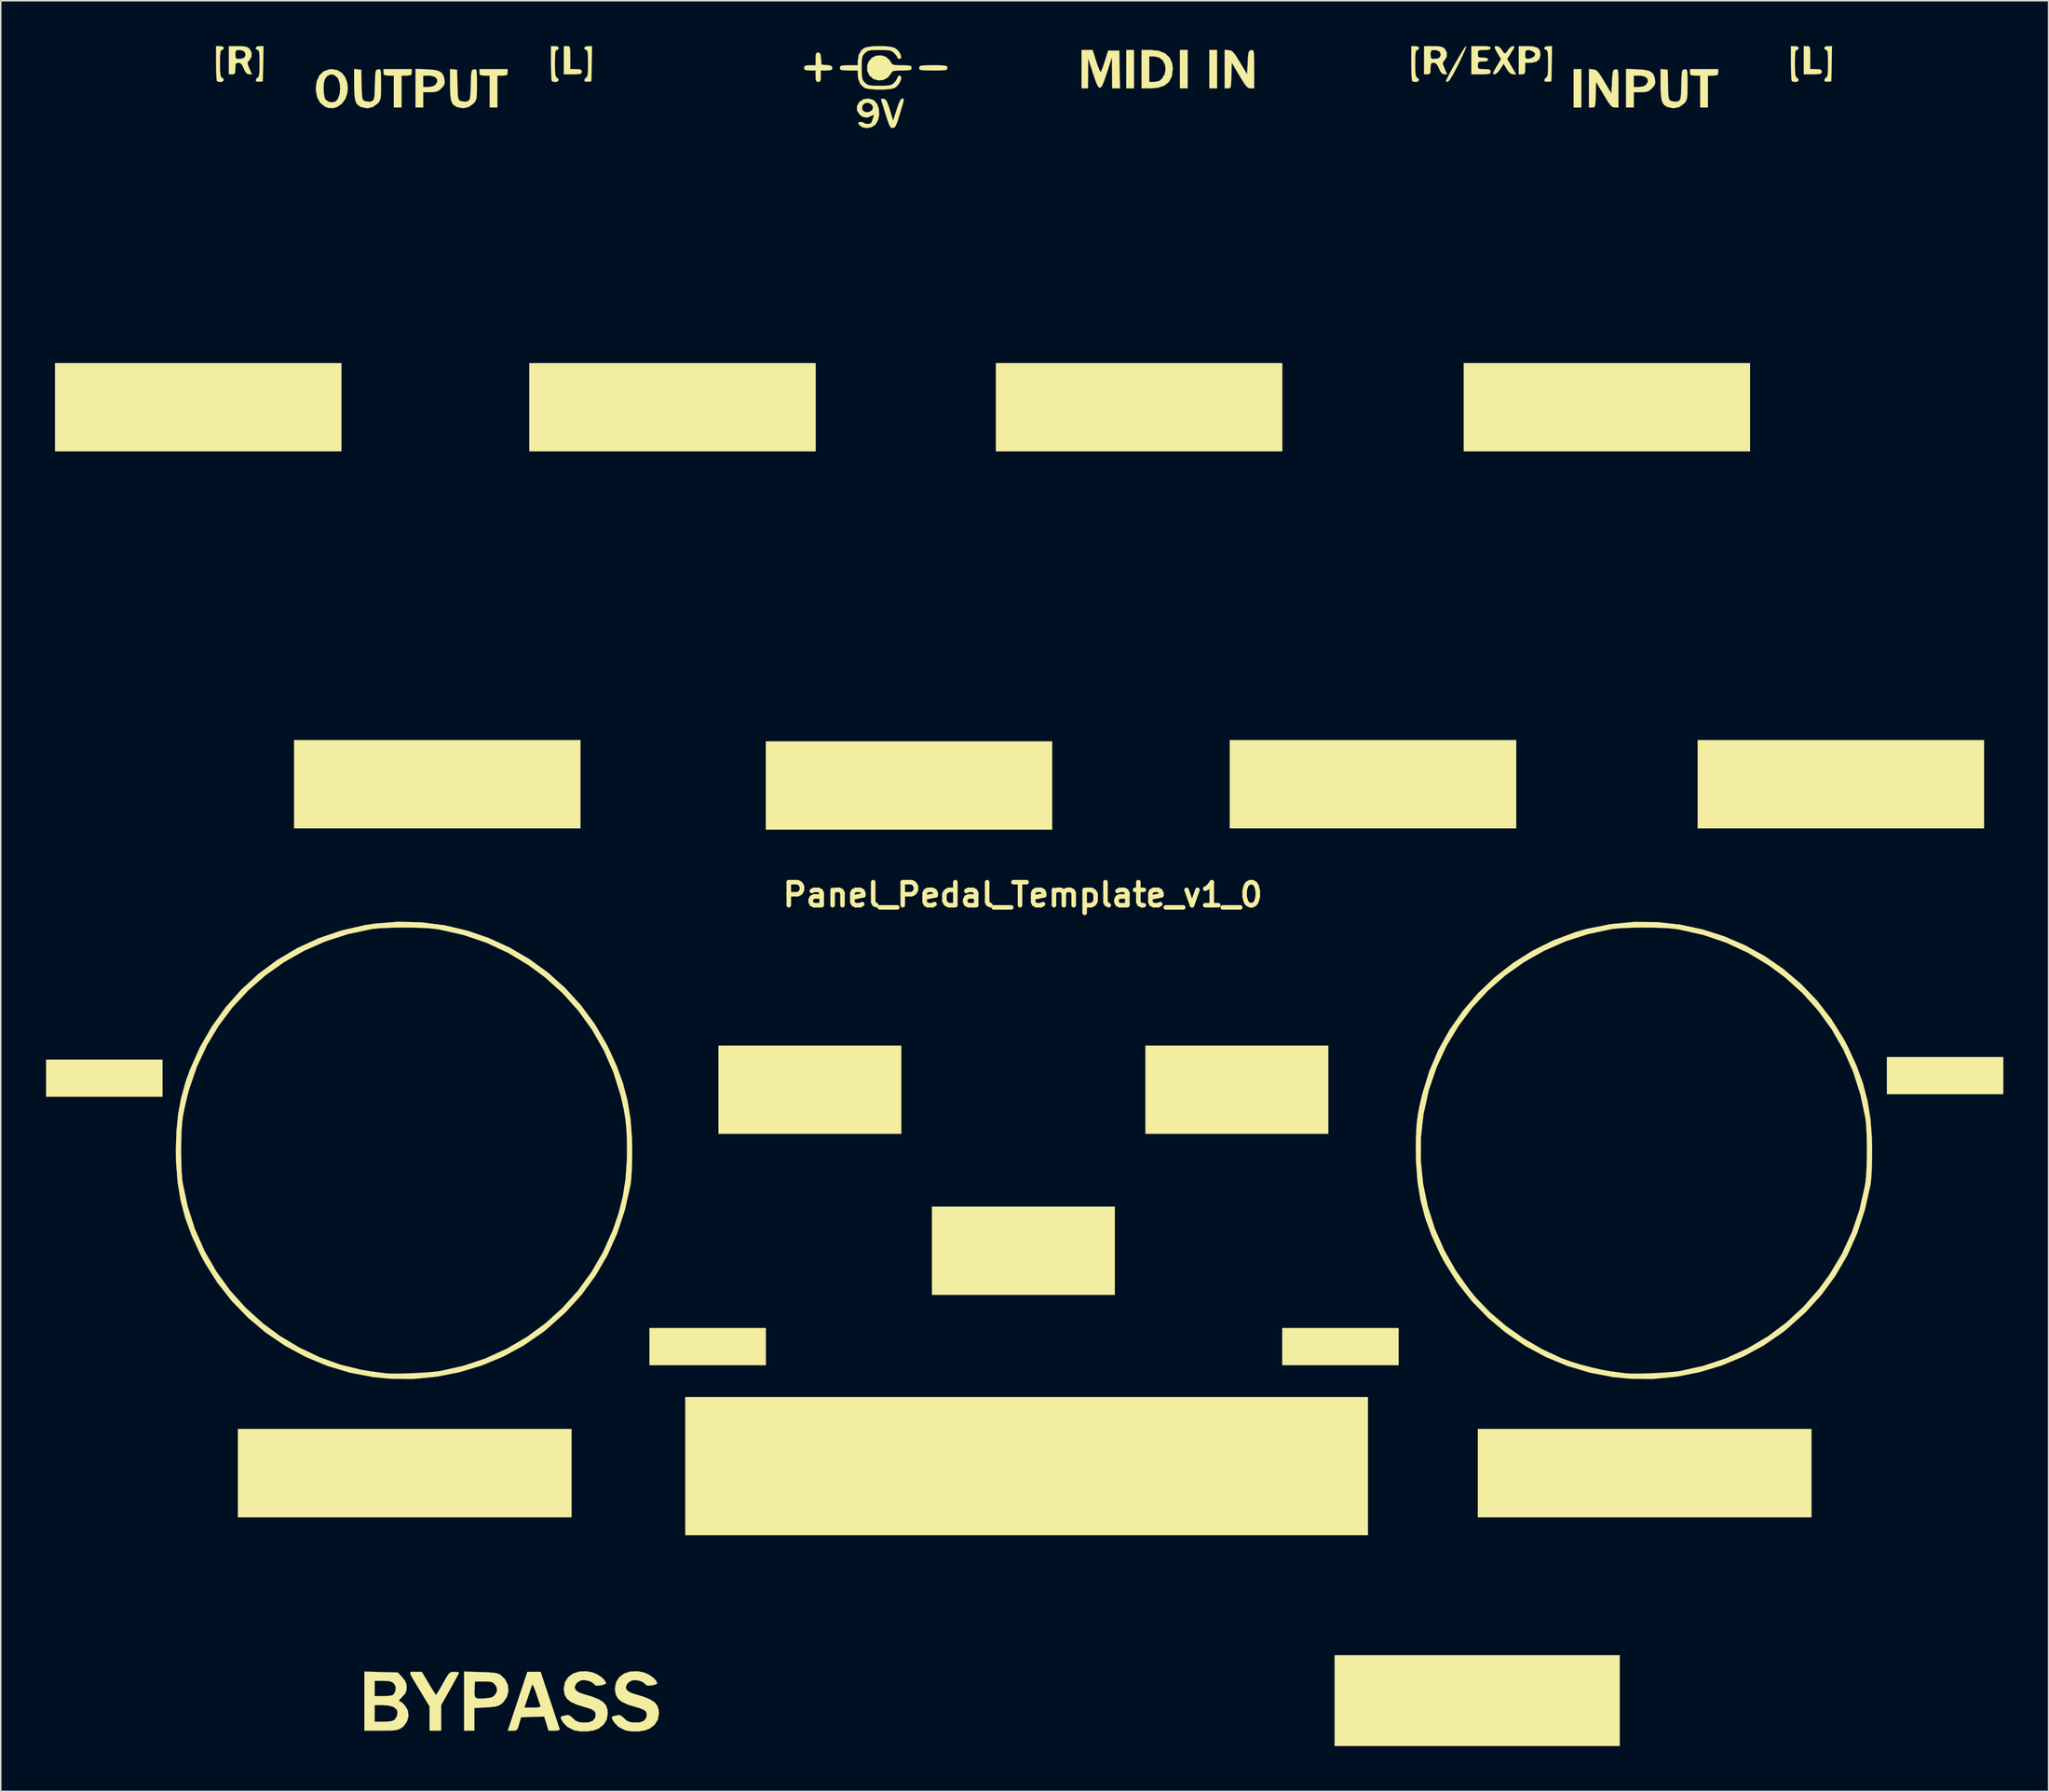
<source format=kicad_pcb>
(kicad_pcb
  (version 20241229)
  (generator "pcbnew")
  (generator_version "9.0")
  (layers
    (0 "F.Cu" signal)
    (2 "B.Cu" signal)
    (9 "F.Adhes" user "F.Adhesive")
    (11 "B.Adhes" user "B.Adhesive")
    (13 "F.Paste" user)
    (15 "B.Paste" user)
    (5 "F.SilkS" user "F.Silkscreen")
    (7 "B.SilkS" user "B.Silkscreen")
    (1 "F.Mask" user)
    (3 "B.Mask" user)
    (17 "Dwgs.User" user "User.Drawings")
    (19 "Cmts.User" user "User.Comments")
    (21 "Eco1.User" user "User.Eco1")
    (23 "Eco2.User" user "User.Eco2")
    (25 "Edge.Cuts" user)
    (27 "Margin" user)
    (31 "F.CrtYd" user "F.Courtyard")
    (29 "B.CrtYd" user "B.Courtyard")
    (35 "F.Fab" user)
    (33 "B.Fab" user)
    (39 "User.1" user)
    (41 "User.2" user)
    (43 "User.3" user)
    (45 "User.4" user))
  (footprint "Panel_Pedal_Template_v1_0"
    (layer "F.Cu")
    (at 64.69 56.226)
    (property "Reference" "Panel_Pedal_Template_v1_0" (at 0 0 0) (layer "F.SilkS") (effects (font (size 1.524 1.524) (thickness 0.3))))
    (attr through_hole)
    (fp_poly (pts (xy -56.981 13.377) (xy -64.685 13.377) (xy -64.685 10.922) (xy -56.981 10.922) (xy -56.981 13.377)) (stroke (width 0.01) (type solid)) (fill yes) (layer "F.SilkS"))
    (fp_poly (pts (xy -45.127 -29.379) (xy -64.093 -29.379) (xy -64.093 -35.221) (xy -45.127 -35.221) (xy -45.127 -29.379)) (stroke (width 0.01) (type solid)) (fill yes) (layer "F.SilkS"))
    (fp_poly (pts (xy -29.887 41.233) (xy -51.985 41.233) (xy -51.985 35.391) (xy -29.887 35.391) (xy -29.887 41.233)) (stroke (width 0.01) (type solid)) (fill yes) (layer "F.SilkS"))
    (fp_poly (pts (xy -29.295 -4.403) (xy -48.26 -4.403) (xy -48.26 -10.245) (xy -29.295 -10.245) (xy -29.295 -4.403)) (stroke (width 0.01) (type solid)) (fill yes) (layer "F.SilkS"))
    (fp_poly (pts (xy -17.018 31.157) (xy -24.723 31.157) (xy -24.723 28.702) (xy -17.018 28.702) (xy -17.018 31.157)) (stroke (width 0.01) (type solid)) (fill yes) (layer "F.SilkS"))
    (fp_poly (pts (xy -13.716 -29.379) (xy -32.681 -29.379) (xy -32.681 -35.221) (xy -13.716 -35.221) (xy -13.716 -29.379)) (stroke (width 0.01) (type solid)) (fill yes) (layer "F.SilkS"))
    (fp_poly (pts (xy -8.043 15.833) (xy -20.151 15.833) (xy -20.151 9.991) (xy -8.043 9.991) (xy -8.043 15.833)) (stroke (width 0.01) (type solid)) (fill yes) (layer "F.SilkS"))
    (fp_poly (pts (xy 1.947 -4.318) (xy -17.018 -4.318) (xy -17.018 -10.16) (xy 1.947 -10.16) (xy 1.947 -4.318)) (stroke (width 0.01) (type solid)) (fill yes) (layer "F.SilkS"))
    (fp_poly (pts (xy 6.096 26.501) (xy -6.011 26.501) (xy -6.011 20.659) (xy 6.096 20.659) (xy 6.096 26.501)) (stroke (width 0.01) (type solid)) (fill yes) (layer "F.SilkS"))
    (fp_poly (pts (xy 7.366 -53.425) (xy 6.858 -53.425) (xy 6.858 -55.965) (xy 7.366 -55.965) (xy 7.366 -53.425)) (stroke (width 0.01) (type solid)) (fill yes) (layer "F.SilkS"))
    (fp_poly (pts (xy 10.922 -53.425) (xy 10.414 -53.425) (xy 10.414 -55.965) (xy 10.922 -55.965) (xy 10.922 -53.425)) (stroke (width 0.01) (type solid)) (fill yes) (layer "F.SilkS"))
    (fp_poly (pts (xy 12.869 -53.425) (xy 12.361 -53.425) (xy 12.361 -55.965) (xy 12.869 -55.965) (xy 12.869 -53.425)) (stroke (width 0.01) (type solid)) (fill yes) (layer "F.SilkS"))
    (fp_poly (pts (xy 17.187 -29.379) (xy -1.778 -29.379) (xy -1.778 -35.221) (xy 17.187 -35.221) (xy 17.187 -29.379)) (stroke (width 0.01) (type solid)) (fill yes) (layer "F.SilkS"))
    (fp_poly (pts (xy 20.235 15.833) (xy 8.128 15.833) (xy 8.128 9.991) (xy 20.235 9.991) (xy 20.235 15.833)) (stroke (width 0.01) (type solid)) (fill yes) (layer "F.SilkS"))
    (fp_poly (pts (xy 22.86 42.418) (xy -22.352 42.418) (xy -22.352 33.274) (xy 22.86 33.274) (xy 22.86 42.418)) (stroke (width 0.01) (type solid)) (fill yes) (layer "F.SilkS"))
    (fp_poly (pts (xy 24.892 31.157) (xy 17.187 31.157) (xy 17.187 28.702) (xy 24.892 28.702) (xy 24.892 31.157)) (stroke (width 0.01) (type solid)) (fill yes) (layer "F.SilkS"))
    (fp_poly (pts (xy 32.681 -4.403) (xy 13.716 -4.403) (xy 13.716 -10.245) (xy 32.681 -10.245) (xy 32.681 -4.403)) (stroke (width 0.01) (type solid)) (fill yes) (layer "F.SilkS"))
    (fp_poly (pts (xy 36.999 -52.155) (xy 36.491 -52.155) (xy 36.491 -54.695) (xy 36.999 -54.695) (xy 36.999 -52.155)) (stroke (width 0.01) (type solid)) (fill yes) (layer "F.SilkS"))
    (fp_poly (pts (xy 39.539 56.388) (xy 20.659 56.388) (xy 20.659 50.377) (xy 39.539 50.377) (xy 39.539 56.388)) (stroke (width 0.01) (type solid)) (fill yes) (layer "F.SilkS"))
    (fp_poly (pts (xy 48.175 -29.379) (xy 29.21 -29.379) (xy 29.21 -35.221) (xy 48.175 -35.221) (xy 48.175 -29.379)) (stroke (width 0.01) (type solid)) (fill yes) (layer "F.SilkS"))
    (fp_poly (pts (xy 52.239 41.233) (xy 30.141 41.233) (xy 30.141 35.391) (xy 52.239 35.391) (xy 52.239 41.233)) (stroke (width 0.01) (type solid)) (fill yes) (layer "F.SilkS"))
    (fp_poly (pts (xy 63.669 -4.403) (xy 44.704 -4.403) (xy 44.704 -10.245) (xy 63.669 -10.245) (xy 63.669 -4.403)) (stroke (width 0.01) (type solid)) (fill yes) (layer "F.SilkS"))
    (fp_poly (pts (xy 64.939 13.208) (xy 57.235 13.208) (xy 57.235 10.753) (xy 64.939 10.753) (xy 64.939 13.208)) (stroke (width 0.01) (type solid)) (fill yes) (layer "F.SilkS"))
    (fp_poly (pts (xy -40.471 -54.483) (xy -40.489 -54.347) (xy -40.576 -54.286) (xy -40.78 -54.271) (xy -40.809 -54.271) (xy -41.148 -54.271) (xy -41.148 -52.155) (xy -41.656 -52.155) (xy -41.656 -54.271) (xy -41.995 -54.271) (xy -42.213 -54.283) (xy -42.31 -54.337) (xy -42.333 -54.465) (xy -42.333 -54.483) (xy -42.333 -54.695) (xy -40.471 -54.695) (xy -40.471 -54.483)) (stroke (width 0.01) (type solid)) (fill yes) (layer "F.SilkS"))
    (fp_poly (pts (xy -34.121 -54.483) (xy -34.139 -54.347) (xy -34.226 -54.286) (xy -34.43 -54.271) (xy -34.459 -54.271) (xy -34.798 -54.271) (xy -34.798 -52.155) (xy -35.306 -52.155) (xy -35.306 -54.271) (xy -35.645 -54.271) (xy -35.863 -54.283) (xy -35.96 -54.337) (xy -35.983 -54.465) (xy -35.983 -54.483) (xy -35.983 -54.695) (xy -34.121 -54.695) (xy -34.121 -54.483)) (stroke (width 0.01) (type solid)) (fill yes) (layer "F.SilkS"))
    (fp_poly (pts (xy 46.059 -54.483) (xy 46.04 -54.347) (xy 45.953 -54.286) (xy 45.749 -54.271) (xy 45.72 -54.271) (xy 45.381 -54.271) (xy 45.381 -52.155) (xy 44.873 -52.155) (xy 44.873 -54.271) (xy 44.535 -54.271) (xy 44.316 -54.283) (xy 44.219 -54.337) (xy 44.196 -54.465) (xy 44.196 -54.483) (xy 44.196 -54.695) (xy 46.059 -54.695) (xy 46.059 -54.483)) (stroke (width 0.01) (type solid)) (fill yes) (layer "F.SilkS"))
    (fp_poly (pts (xy -30.083 -56.213) (xy -30.021 -56.173) (xy -29.988 -56.066) (xy -29.975 -55.861) (xy -29.972 -55.524) (xy -29.972 -55.457) (xy -29.972 -54.695) (xy -29.591 -54.695) (xy -29.353 -54.684) (xy -29.24 -54.638) (xy -29.21 -54.537) (xy -29.21 -54.525) (xy -29.226 -54.436) (xy -29.298 -54.385) (xy -29.463 -54.362) (xy -29.755 -54.356) (xy -29.803 -54.356) (xy -30.395 -54.356) (xy -30.395 -56.219) (xy -30.184 -56.219) (xy -30.083 -56.213)) (stroke (width 0.01) (type solid)) (fill yes) (layer "F.SilkS"))
    (fp_poly (pts (xy 52.043 -56.213) (xy 52.105 -56.173) (xy 52.139 -56.066) (xy 52.152 -55.861) (xy 52.155 -55.524) (xy 52.155 -55.457) (xy 52.155 -54.695) (xy 52.536 -54.695) (xy 52.774 -54.684) (xy 52.886 -54.638) (xy 52.917 -54.537) (xy 52.917 -54.525) (xy 52.901 -54.436) (xy 52.829 -54.385) (xy 52.664 -54.362) (xy 52.371 -54.356) (xy 52.324 -54.356) (xy 51.731 -54.356) (xy 51.731 -56.219) (xy 51.943 -56.219) (xy 52.043 -56.213)) (stroke (width 0.01) (type solid)) (fill yes) (layer "F.SilkS"))
    (fp_poly (pts (xy -50.334 -53.89) (xy -50.567 -53.864) (xy -50.751 -53.876) (xy -50.8 -53.96) (xy -50.732 -54.096) (xy -50.673 -54.133) (xy -50.614 -54.188) (xy -50.576 -54.319) (xy -50.555 -54.554) (xy -50.546 -54.92) (xy -50.546 -55.073) (xy -50.55 -55.48) (xy -50.564 -55.744) (xy -50.593 -55.895) (xy -50.639 -55.957) (xy -50.673 -55.965) (xy -50.785 -56.032) (xy -50.8 -56.092) (xy -50.725 -56.192) (xy -50.544 -56.219) (xy -50.287 -56.219) (xy -50.334 -53.89)) (stroke (width 0.01) (type solid)) (fill yes) (layer "F.SilkS"))
    (fp_poly (pts (xy 29.36 -56.149) (xy 29.29 -55.962) (xy 29.17 -55.687) (xy 29.015 -55.356) (xy 28.84 -54.999) (xy 28.659 -54.648) (xy 28.49 -54.333) (xy 28.345 -54.086) (xy 28.256 -53.954) (xy 28.148 -53.867) (xy 28.054 -53.854) (xy 28.039 -53.921) (xy 28.132 -54.127) (xy 28.28 -54.417) (xy 28.465 -54.759) (xy 28.669 -55.123) (xy 28.876 -55.479) (xy 29.067 -55.796) (xy 29.225 -56.043) (xy 29.332 -56.191) (xy 29.365 -56.218) (xy 29.36 -56.149)) (stroke (width 0.01) (type solid)) (fill yes) (layer "F.SilkS"))
    (fp_poly (pts (xy 35.01 -53.89) (xy 34.777 -53.864) (xy 34.593 -53.876) (xy 34.544 -53.96) (xy 34.612 -54.096) (xy 34.671 -54.133) (xy 34.73 -54.188) (xy 34.768 -54.319) (xy 34.789 -54.554) (xy 34.798 -54.92) (xy 34.798 -55.073) (xy 34.794 -55.48) (xy 34.78 -55.744) (xy 34.751 -55.895) (xy 34.705 -55.957) (xy 34.671 -55.965) (xy 34.559 -56.032) (xy 34.544 -56.092) (xy 34.619 -56.192) (xy 34.8 -56.219) (xy 35.057 -56.219) (xy 35.01 -53.89)) (stroke (width 0.01) (type solid)) (fill yes) (layer "F.SilkS"))
    (fp_poly (pts (xy 53.552 -53.89) (xy 53.319 -53.864) (xy 53.135 -53.876) (xy 53.086 -53.96) (xy 53.154 -54.096) (xy 53.213 -54.133) (xy 53.272 -54.188) (xy 53.31 -54.319) (xy 53.331 -54.554) (xy 53.34 -54.92) (xy 53.34 -55.073) (xy 53.336 -55.48) (xy 53.322 -55.744) (xy 53.293 -55.895) (xy 53.247 -55.957) (xy 53.213 -55.965) (xy 53.101 -56.032) (xy 53.086 -56.092) (xy 53.161 -56.192) (xy 53.342 -56.219) (xy 53.599 -56.219) (xy 53.552 -53.89)) (stroke (width 0.01) (type solid)) (fill yes) (layer "F.SilkS"))
    (fp_poly (pts (xy -28.551 -55.054) (xy -28.575 -53.89) (xy -28.808 -53.864) (xy -28.991 -53.876) (xy -29.041 -53.96) (xy -28.972 -54.096) (xy -28.914 -54.133) (xy -28.855 -54.188) (xy -28.817 -54.319) (xy -28.795 -54.554) (xy -28.787 -54.92) (xy -28.787 -55.073) (xy -28.791 -55.48) (xy -28.805 -55.744) (xy -28.833 -55.895) (xy -28.88 -55.957) (xy -28.914 -55.965) (xy -29.026 -56.032) (xy -29.041 -56.092) (xy -28.966 -56.192) (xy -28.784 -56.219) (xy -28.528 -56.219) (xy -28.551 -55.054)) (stroke (width 0.01) (type solid)) (fill yes) (layer "F.SilkS"))
    (fp_poly (pts (xy -5.519 -54.947) (xy -5.252 -54.937) (xy -5.095 -54.915) (xy -5.02 -54.875) (xy -4.996 -54.811) (xy -4.995 -54.779) (xy -5.006 -54.705) (xy -5.058 -54.657) (xy -5.18 -54.628) (xy -5.401 -54.614) (xy -5.751 -54.61) (xy -5.927 -54.61) (xy -6.334 -54.612) (xy -6.602 -54.621) (xy -6.759 -54.644) (xy -6.834 -54.684) (xy -6.857 -54.747) (xy -6.858 -54.779) (xy -6.847 -54.853) (xy -6.796 -54.902) (xy -6.674 -54.931) (xy -6.452 -54.944) (xy -6.102 -54.948) (xy -5.927 -54.949) (xy -5.519 -54.947)) (stroke (width 0.01) (type solid)) (fill yes) (layer "F.SilkS"))
    (fp_poly (pts (xy -52.969 -56.181) (xy -52.917 -56.092) (xy -52.984 -55.979) (xy -53.044 -55.965) (xy -53.102 -55.937) (xy -53.139 -55.838) (xy -53.161 -55.638) (xy -53.17 -55.311) (xy -53.171 -55.073) (xy -53.166 -54.657) (xy -53.149 -54.383) (xy -53.117 -54.221) (xy -53.065 -54.144) (xy -53.044 -54.133) (xy -52.926 -54.031) (xy -52.944 -53.916) (xy -53.08 -53.85) (xy -53.114 -53.848) (xy -53.292 -53.87) (xy -53.368 -53.904) (xy -53.389 -54.006) (xy -53.406 -54.243) (xy -53.419 -54.583) (xy -53.424 -54.994) (xy -53.425 -55.09) (xy -53.425 -56.219) (xy -53.171 -56.219) (xy -52.969 -56.181)) (stroke (width 0.01) (type solid)) (fill yes) (layer "F.SilkS"))
    (fp_poly (pts (xy -30.786 -56.181) (xy -30.734 -56.092) (xy -30.802 -55.979) (xy -30.861 -55.965) (xy -30.919 -55.937) (xy -30.957 -55.838) (xy -30.978 -55.638) (xy -30.987 -55.311) (xy -30.988 -55.073) (xy -30.983 -54.657) (xy -30.967 -54.383) (xy -30.934 -54.221) (xy -30.883 -54.144) (xy -30.861 -54.133) (xy -30.744 -54.031) (xy -30.761 -53.916) (xy -30.897 -53.85) (xy -30.932 -53.848) (xy -31.109 -53.87) (xy -31.186 -53.904) (xy -31.206 -54.006) (xy -31.224 -54.243) (xy -31.236 -54.583) (xy -31.242 -54.994) (xy -31.242 -55.09) (xy -31.242 -56.219) (xy -30.988 -56.219) (xy -30.786 -56.181)) (stroke (width 0.01) (type solid)) (fill yes) (layer "F.SilkS"))
    (fp_poly (pts (xy 8.445 -55.965) (xy 8.997 -55.908) (xy 9.425 -55.74) (xy 9.726 -55.463) (xy 9.896 -55.08) (xy 9.937 -54.701) (xy 9.874 -54.222) (xy 9.685 -53.856) (xy 9.372 -53.602) (xy 8.931 -53.46) (xy 8.488 -53.425) (xy 7.874 -53.425) (xy 7.874 -55.541) (xy 8.382 -55.541) (xy 8.382 -53.848) (xy 8.706 -53.848) (xy 9.01 -53.899) (xy 9.203 -54.038) (xy 9.397 -54.349) (xy 9.465 -54.684) (xy 9.42 -55.006) (xy 9.272 -55.28) (xy 9.033 -55.471) (xy 8.717 -55.541) (xy 8.382 -55.541) (xy 7.874 -55.541) (xy 7.874 -55.965) (xy 8.445 -55.965)) (stroke (width 0.01) (type solid)) (fill yes) (layer "F.SilkS"))
    (fp_poly (pts (xy 26.194 -56.181) (xy 26.247 -56.092) (xy 26.179 -55.979) (xy 26.12 -55.965) (xy 26.062 -55.937) (xy 26.024 -55.838) (xy 26.003 -55.638) (xy 25.994 -55.311) (xy 25.993 -55.073) (xy 25.997 -54.657) (xy 26.014 -54.383) (xy 26.046 -54.221) (xy 26.098 -54.144) (xy 26.12 -54.133) (xy 26.237 -54.031) (xy 26.22 -53.916) (xy 26.084 -53.85) (xy 26.049 -53.848) (xy 25.871 -53.87) (xy 25.795 -53.904) (xy 25.774 -54.006) (xy 25.757 -54.243) (xy 25.745 -54.583) (xy 25.739 -54.994) (xy 25.739 -55.09) (xy 25.739 -56.219) (xy 25.993 -56.219) (xy 26.194 -56.181)) (stroke (width 0.01) (type solid)) (fill yes) (layer "F.SilkS"))
    (fp_poly (pts (xy 51.34 -56.181) (xy 51.393 -56.092) (xy 51.325 -55.979) (xy 51.266 -55.965) (xy 51.208 -55.937) (xy 51.17 -55.838) (xy 51.149 -55.638) (xy 51.14 -55.311) (xy 51.139 -55.073) (xy 51.143 -54.657) (xy 51.16 -54.383) (xy 51.192 -54.221) (xy 51.244 -54.144) (xy 51.266 -54.133) (xy 51.383 -54.031) (xy 51.366 -53.916) (xy 51.23 -53.85) (xy 51.195 -53.848) (xy 51.017 -53.87) (xy 50.941 -53.904) (xy 50.92 -54.006) (xy 50.903 -54.243) (xy 50.891 -54.583) (xy 50.885 -54.994) (xy 50.885 -55.09) (xy 50.885 -56.219) (xy 51.139 -56.219) (xy 51.34 -56.181)) (stroke (width 0.01) (type solid)) (fill yes) (layer "F.SilkS"))
    (fp_poly (pts (xy 4.869 -55.202) (xy 4.979 -54.881) (xy 5.077 -54.641) (xy 5.148 -54.513) (xy 5.173 -54.503) (xy 5.224 -54.609) (xy 5.309 -54.835) (xy 5.411 -55.138) (xy 5.445 -55.245) (xy 5.656 -55.922) (xy 6.392 -55.922) (xy 6.439 -53.425) (xy 5.927 -53.425) (xy 5.918 -54.462) (xy 5.909 -55.499) (xy 5.572 -54.457) (xy 5.408 -53.966) (xy 5.275 -53.639) (xy 5.161 -53.475) (xy 5.054 -53.473) (xy 4.94 -53.635) (xy 4.809 -53.958) (xy 4.647 -54.441) (xy 4.335 -55.414) (xy 4.318 -53.425) (xy 3.895 -53.425) (xy 3.895 -55.965) (xy 4.625 -55.965) (xy 4.869 -55.202)) (stroke (width 0.01) (type solid)) (fill yes) (layer "F.SilkS"))
    (fp_poly (pts (xy -39.457 -54.682) (xy -39.002 -54.647) (xy -38.686 -54.574) (xy -38.482 -54.446) (xy -38.36 -54.245) (xy -38.299 -53.995) (xy -38.284 -53.775) (xy -38.35 -53.606) (xy -38.506 -53.429) (xy -38.683 -53.275) (xy -38.859 -53.198) (xy -39.106 -53.172) (xy -39.236 -53.171) (xy -39.709 -53.171) (xy -39.709 -52.155) (xy -40.217 -52.155) (xy -40.217 -54.271) (xy -39.709 -54.271) (xy -39.709 -53.509) (xy -39.376 -53.509) (xy -39.114 -53.544) (xy -38.924 -53.63) (xy -38.91 -53.642) (xy -38.775 -53.856) (xy -38.793 -54.046) (xy -38.949 -54.191) (xy -39.226 -54.266) (xy -39.345 -54.271) (xy -39.709 -54.271) (xy -40.217 -54.271) (xy -40.217 -54.712) (xy -39.457 -54.682)) (stroke (width 0.01) (type solid)) (fill yes) (layer "F.SilkS"))
    (fp_poly (pts (xy 40.722 -54.682) (xy 41.178 -54.647) (xy 41.493 -54.574) (xy 41.698 -54.446) (xy 41.819 -54.245) (xy 41.881 -53.995) (xy 41.895 -53.775) (xy 41.829 -53.606) (xy 41.673 -53.429) (xy 41.497 -53.275) (xy 41.32 -53.198) (xy 41.073 -53.172) (xy 40.943 -53.171) (xy 40.471 -53.171) (xy 40.471 -52.155) (xy 39.963 -52.155) (xy 39.963 -54.271) (xy 40.471 -54.271) (xy 40.471 -53.509) (xy 40.803 -53.509) (xy 41.065 -53.544) (xy 41.256 -53.63) (xy 41.269 -53.642) (xy 41.404 -53.856) (xy 41.386 -54.046) (xy 41.23 -54.191) (xy 40.954 -54.266) (xy 40.835 -54.271) (xy 40.471 -54.271) (xy 39.963 -54.271) (xy 39.963 -54.712) (xy 40.722 -54.682)) (stroke (width 0.01) (type solid)) (fill yes) (layer "F.SilkS"))
    (fp_poly (pts (xy -9.069 -55.508) (xy -8.82 -55.291) (xy -8.754 -55.186) (xy -8.682 -55.065) (xy -8.592 -54.994) (xy -8.442 -54.96) (xy -8.188 -54.949) (xy -7.999 -54.949) (xy -7.675 -54.945) (xy -7.485 -54.926) (xy -7.394 -54.884) (xy -7.367 -54.809) (xy -7.366 -54.779) (xy -7.381 -54.693) (xy -7.449 -54.642) (xy -7.606 -54.618) (xy -7.886 -54.61) (xy -8.003 -54.61) (xy -8.33 -54.606) (xy -8.529 -54.586) (xy -8.642 -54.538) (xy -8.711 -54.45) (xy -8.739 -54.392) (xy -8.941 -54.136) (xy -9.236 -53.984) (xy -9.573 -53.952) (xy -9.897 -54.051) (xy -10.164 -54.286) (xy -10.3 -54.601) (xy -10.294 -54.956) (xy -10.209 -55.19) (xy -9.992 -55.448) (xy -9.7 -55.587) (xy -9.377 -55.607) (xy -9.069 -55.508)) (stroke (width 0.01) (type solid)) (fill yes) (layer "F.SilkS"))
    (fp_poly (pts (xy -7.932 -52.743) (xy -7.895 -52.714) (xy -7.891 -52.634) (xy -7.923 -52.476) (xy -7.996 -52.215) (xy -8.114 -51.823) (xy -8.148 -51.711) (xy -8.273 -51.311) (xy -8.368 -51.048) (xy -8.446 -50.893) (xy -8.522 -50.82) (xy -8.609 -50.801) (xy -8.612 -50.801) (xy -8.702 -50.818) (xy -8.78 -50.891) (xy -8.859 -51.047) (xy -8.956 -51.313) (xy -9.069 -51.668) (xy -9.183 -52.036) (xy -9.282 -52.349) (xy -9.353 -52.569) (xy -9.38 -52.649) (xy -9.36 -52.73) (xy -9.222 -52.734) (xy -9.117 -52.697) (xy -9.03 -52.601) (xy -8.942 -52.414) (xy -8.837 -52.103) (xy -8.802 -51.99) (xy -8.582 -51.275) (xy -8.352 -52.011) (xy -8.211 -52.419) (xy -8.092 -52.665) (xy -7.998 -52.747) (xy -7.932 -52.743)) (stroke (width 0.01) (type solid)) (fill yes) (layer "F.SilkS"))
    (fp_poly (pts (xy 33.833 -56.193) (xy 34.096 -56.106) (xy 34.241 -55.944) (xy 34.289 -55.691) (xy 34.29 -55.654) (xy 34.221 -55.372) (xy 34.02 -55.193) (xy 33.692 -55.119) (xy 33.627 -55.118) (xy 33.274 -55.118) (xy 33.274 -54.737) (xy 33.265 -54.502) (xy 33.222 -54.391) (xy 33.119 -54.357) (xy 33.062 -54.356) (xy 32.851 -54.356) (xy 32.851 -55.663) (xy 33.274 -55.663) (xy 33.285 -55.463) (xy 33.35 -55.386) (xy 33.512 -55.385) (xy 33.541 -55.388) (xy 33.758 -55.452) (xy 33.9 -55.567) (xy 33.943 -55.709) (xy 33.847 -55.829) (xy 33.829 -55.843) (xy 33.615 -55.942) (xy 33.469 -55.965) (xy 33.338 -55.94) (xy 33.283 -55.833) (xy 33.274 -55.663) (xy 32.851 -55.663) (xy 32.851 -56.219) (xy 33.43 -56.219) (xy 33.833 -56.193)) (stroke (width 0.01) (type solid)) (fill yes) (layer "F.SilkS"))
    (fp_poly (pts (xy -40.242 51.477) (xy -40.223 51.477) (xy -39.801 51.477) (xy -39.353 52.237) (xy -39.163 52.551) (xy -39.005 52.803) (xy -38.897 52.961) (xy -38.861 52.999) (xy -38.805 52.931) (xy -38.687 52.745) (xy -38.527 52.471) (xy -38.396 52.239) (xy -38.205 51.897) (xy -38.068 51.676) (xy -37.96 51.551) (xy -37.856 51.494) (xy -37.729 51.478) (xy -37.656 51.477) (xy -37.452 51.49) (xy -37.343 51.521) (xy -37.338 51.531) (xy -37.378 51.62) (xy -37.486 51.828) (xy -37.649 52.127) (xy -37.851 52.49) (xy -37.931 52.632) (xy -38.523 53.68) (xy -38.523 55.372) (xy -39.285 55.372) (xy -39.285 53.771) (xy -39.87 52.803) (xy -40.156 52.33) (xy -40.364 51.985) (xy -40.498 51.747) (xy -40.563 51.596) (xy -40.564 51.514) (xy -40.508 51.479) (xy -40.399 51.474) (xy -40.242 51.477)) (stroke (width 0.01) (type solid)) (fill yes) (layer "F.SilkS"))
    (fp_poly (pts (xy 32.558 -56.181) (xy 32.544 -56.113) (xy 32.463 -55.978) (xy 32.333 -55.768) (xy 32.283 -55.687) (xy 32.083 -55.367) (xy 32.38 -54.862) (xy 32.676 -54.356) (xy 32.472 -54.356) (xy 32.301 -54.409) (xy 32.136 -54.585) (xy 32.059 -54.706) (xy 31.851 -55.055) (xy 31.63 -54.706) (xy 31.447 -54.472) (xy 31.281 -54.361) (xy 31.245 -54.356) (xy 31.167 -54.37) (xy 31.154 -54.433) (xy 31.216 -54.574) (xy 31.359 -54.825) (xy 31.379 -54.859) (xy 31.679 -55.361) (xy 31.46 -55.734) (xy 31.315 -55.991) (xy 31.257 -56.137) (xy 31.283 -56.202) (xy 31.39 -56.218) (xy 31.415 -56.219) (xy 31.587 -56.143) (xy 31.733 -55.965) (xy 31.86 -55.772) (xy 31.961 -55.733) (xy 32.072 -55.848) (xy 32.144 -55.965) (xy 32.288 -56.137) (xy 32.437 -56.218) (xy 32.451 -56.219) (xy 32.558 -56.181)) (stroke (width 0.01) (type solid)) (fill yes) (layer "F.SilkS"))
    (fp_poly (pts (xy -13.448 -55.766) (xy -13.391 -55.652) (xy -13.362 -55.412) (xy -13.361 -55.393) (xy -13.335 -54.991) (xy -12.975 -54.965) (xy -12.742 -54.933) (xy -12.636 -54.867) (xy -12.615 -54.774) (xy -12.642 -54.671) (xy -12.75 -54.623) (xy -12.982 -54.61) (xy -12.996 -54.61) (xy -13.377 -54.61) (xy -13.377 -54.229) (xy -13.388 -53.991) (xy -13.434 -53.878) (xy -13.535 -53.848) (xy -13.547 -53.848) (xy -13.652 -53.873) (xy -13.703 -53.976) (xy -13.716 -54.202) (xy -13.716 -54.229) (xy -13.716 -54.61) (xy -14.097 -54.61) (xy -14.335 -54.621) (xy -14.448 -54.667) (xy -14.478 -54.767) (xy -14.478 -54.779) (xy -14.453 -54.885) (xy -14.35 -54.935) (xy -14.124 -54.949) (xy -14.097 -54.949) (xy -13.716 -54.949) (xy -13.716 -55.372) (xy -13.707 -55.627) (xy -13.668 -55.753) (xy -13.585 -55.794) (xy -13.551 -55.795) (xy -13.448 -55.766)) (stroke (width 0.01) (type solid)) (fill yes) (layer "F.SilkS"))
    (fp_poly (pts (xy 13.648 -55.949) (xy 13.778 -55.923) (xy 13.892 -55.856) (xy 14.016 -55.721) (xy 14.173 -55.491) (xy 14.387 -55.141) (xy 14.389 -55.137) (xy 14.859 -54.352) (xy 14.901 -55.137) (xy 14.924 -55.506) (xy 14.95 -55.739) (xy 14.989 -55.869) (xy 15.05 -55.928) (xy 15.134 -55.949) (xy 15.207 -55.955) (xy 15.259 -55.933) (xy 15.292 -55.858) (xy 15.312 -55.705) (xy 15.321 -55.449) (xy 15.324 -55.067) (xy 15.325 -54.701) (xy 15.325 -53.425) (xy 15.09 -53.425) (xy 14.979 -53.44) (xy 14.875 -53.503) (xy 14.755 -53.637) (xy 14.598 -53.867) (xy 14.384 -54.217) (xy 14.349 -54.275) (xy 13.843 -55.125) (xy 13.819 -54.275) (xy 13.806 -53.89) (xy 13.79 -53.643) (xy 13.761 -53.504) (xy 13.711 -53.442) (xy 13.631 -53.425) (xy 13.586 -53.425) (xy 13.377 -53.425) (xy 13.377 -55.975) (xy 13.648 -55.949)) (stroke (width 0.01) (type solid)) (fill yes) (layer "F.SilkS"))
    (fp_poly (pts (xy 37.778 -54.679) (xy 37.908 -54.653) (xy 38.022 -54.586) (xy 38.146 -54.451) (xy 38.303 -54.221) (xy 38.517 -53.871) (xy 38.519 -53.867) (xy 38.989 -53.082) (xy 39.031 -53.867) (xy 39.054 -54.236) (xy 39.08 -54.469) (xy 39.119 -54.599) (xy 39.18 -54.658) (xy 39.264 -54.679) (xy 39.337 -54.685) (xy 39.389 -54.663) (xy 39.422 -54.588) (xy 39.442 -54.435) (xy 39.451 -54.179) (xy 39.454 -53.797) (xy 39.455 -53.431) (xy 39.455 -52.155) (xy 39.22 -52.155) (xy 39.109 -52.17) (xy 39.005 -52.233) (xy 38.885 -52.367) (xy 38.728 -52.597) (xy 38.514 -52.947) (xy 38.479 -53.005) (xy 37.973 -53.855) (xy 37.949 -53.005) (xy 37.936 -52.62) (xy 37.92 -52.373) (xy 37.891 -52.234) (xy 37.841 -52.172) (xy 37.761 -52.155) (xy 37.716 -52.155) (xy 37.507 -52.155) (xy 37.507 -54.705) (xy 37.778 -54.679)) (stroke (width 0.01) (type solid)) (fill yes) (layer "F.SilkS"))
    (fp_poly (pts (xy -35.916 51.49) (xy -35.43 51.508) (xy -35.082 51.535) (xy -34.84 51.574) (xy -34.674 51.63) (xy -34.605 51.669) (xy -34.291 51.965) (xy -34.111 52.329) (xy -34.066 52.724) (xy -34.157 53.115) (xy -34.385 53.466) (xy -34.565 53.625) (xy -34.732 53.717) (xy -34.96 53.778) (xy -35.291 53.816) (xy -35.56 53.832) (xy -36.322 53.869) (xy -36.322 55.372) (xy -36.999 55.372) (xy -36.999 52.914) (xy -36.318 52.914) (xy -36.285 53.122) (xy -36.179 53.224) (xy -35.969 53.252) (xy -35.675 53.239) (xy -35.347 53.207) (xy -35.139 53.153) (xy -35.002 53.06) (xy -34.956 53.008) (xy -34.816 52.751) (xy -34.84 52.504) (xy -34.96 52.312) (xy -35.069 52.204) (xy -35.208 52.143) (xy -35.425 52.117) (xy -35.701 52.112) (xy -36.28 52.112) (xy -36.306 52.568) (xy -36.318 52.914) (xy -36.999 52.914) (xy -36.999 51.46) (xy -35.916 51.49)) (stroke (width 0.01) (type solid)) (fill yes) (layer "F.SilkS"))
    (fp_poly (pts (xy 30.688 -56.212) (xy 30.885 -56.188) (xy 30.973 -56.14) (xy 30.988 -56.092) (xy 30.943 -56.012) (xy 30.786 -55.973) (xy 30.565 -55.965) (xy 30.314 -55.959) (xy 30.189 -55.925) (xy 30.146 -55.836) (xy 30.141 -55.711) (xy 30.155 -55.548) (xy 30.227 -55.475) (xy 30.407 -55.457) (xy 30.48 -55.457) (xy 30.715 -55.436) (xy 30.813 -55.366) (xy 30.819 -55.33) (xy 30.763 -55.241) (xy 30.577 -55.205) (xy 30.48 -55.203) (xy 30.263 -55.193) (xy 30.166 -55.138) (xy 30.142 -55.003) (xy 30.141 -54.949) (xy 30.151 -54.798) (xy 30.207 -54.723) (xy 30.356 -54.698) (xy 30.565 -54.695) (xy 30.819 -54.686) (xy 30.945 -54.648) (xy 30.986 -54.565) (xy 30.988 -54.525) (xy 30.973 -54.439) (xy 30.905 -54.388) (xy 30.748 -54.364) (xy 30.467 -54.356) (xy 30.353 -54.356) (xy 29.718 -54.356) (xy 29.718 -56.219) (xy 30.353 -56.219) (xy 30.688 -56.212)) (stroke (width 0.01) (type solid)) (fill yes) (layer "F.SilkS"))
    (fp_poly (pts (xy -45.384 -54.625) (xy -45.089 -54.436) (xy -44.877 -54.157) (xy -44.748 -53.815) (xy -44.705 -53.441) (xy -44.748 -53.063) (xy -44.878 -52.711) (xy -45.096 -52.412) (xy -45.403 -52.197) (xy -45.678 -52.11) (xy -45.994 -52.128) (xy -46.221 -52.215) (xy -46.533 -52.471) (xy -46.736 -52.845) (xy -46.819 -53.321) (xy -46.821 -53.406) (xy -46.811 -53.485) (xy -46.311 -53.485) (xy -46.299 -53.141) (xy -46.249 -52.844) (xy -46.181 -52.682) (xy -45.99 -52.538) (xy -45.736 -52.491) (xy -45.503 -52.556) (xy -45.5 -52.558) (xy -45.342 -52.754) (xy -45.242 -53.055) (xy -45.206 -53.408) (xy -45.235 -53.76) (xy -45.336 -54.054) (xy -45.387 -54.133) (xy -45.617 -54.322) (xy -45.86 -54.351) (xy -46.086 -54.224) (xy -46.215 -54.044) (xy -46.284 -53.808) (xy -46.311 -53.485) (xy -46.811 -53.485) (xy -46.76 -53.893) (xy -46.585 -54.277) (xy -46.309 -54.545) (xy -45.943 -54.681) (xy -45.762 -54.695) (xy -45.384 -54.625)) (stroke (width 0.01) (type solid)) (fill yes) (layer "F.SilkS"))
    (fp_poly (pts (xy -31.321 53.319) (xy -31.144 53.851) (xy -30.984 54.332) (xy -30.848 54.739) (xy -30.745 55.045) (xy -30.683 55.228) (xy -30.67 55.266) (xy -30.702 55.336) (xy -30.877 55.368) (xy -31.017 55.372) (xy -31.403 55.372) (xy -31.55 54.903) (xy -31.698 54.435) (xy -32.464 54.459) (xy -33.231 54.483) (xy -33.357 54.928) (xy -33.436 55.183) (xy -33.512 55.315) (xy -33.623 55.365) (xy -33.795 55.372) (xy -34.106 55.372) (xy -33.599 53.848) (xy -33.009 53.848) (xy -32.455 53.848) (xy -32.143 53.839) (xy -31.977 53.807) (xy -31.938 53.75) (xy -31.94 53.742) (xy -31.983 53.618) (xy -32.064 53.376) (xy -32.17 53.06) (xy -32.217 52.917) (xy -32.325 52.616) (xy -32.417 52.406) (xy -32.48 52.315) (xy -32.497 52.324) (xy -32.542 52.459) (xy -32.626 52.709) (xy -32.733 53.027) (xy -32.774 53.15) (xy -33.009 53.848) (xy -33.599 53.848) (xy -33.458 53.425) (xy -32.811 51.477) (xy -31.933 51.477) (xy -31.321 53.319)) (stroke (width 0.01) (type solid)) (fill yes) (layer "F.SilkS"))
    (fp_poly (pts (xy -51.645 -56.209) (xy -51.425 -56.172) (xy -51.278 -56.098) (xy -51.223 -56.049) (xy -51.078 -55.799) (xy -51.081 -55.523) (xy -51.221 -55.289) (xy -51.318 -55.182) (xy -51.346 -55.084) (xy -51.306 -54.936) (xy -51.224 -54.739) (xy -51.06 -54.356) (xy -51.248 -54.356) (xy -51.388 -54.401) (xy -51.508 -54.556) (xy -51.592 -54.737) (xy -51.71 -54.979) (xy -51.827 -55.093) (xy -51.951 -55.118) (xy -52.077 -55.101) (xy -52.137 -55.019) (xy -52.154 -54.829) (xy -52.155 -54.737) (xy -52.163 -54.502) (xy -52.207 -54.391) (xy -52.309 -54.357) (xy -52.366 -54.356) (xy -52.578 -54.356) (xy -52.578 -55.668) (xy -52.155 -55.668) (xy -52.138 -55.468) (xy -52.067 -55.385) (xy -51.95 -55.372) (xy -51.731 -55.393) (xy -51.611 -55.423) (xy -51.505 -55.539) (xy -51.477 -55.668) (xy -51.538 -55.851) (xy -51.728 -55.946) (xy -51.95 -55.965) (xy -52.089 -55.941) (xy -52.145 -55.838) (xy -52.155 -55.668) (xy -52.578 -55.668) (xy -52.578 -56.219) (xy -51.985 -56.219) (xy -51.645 -56.209)) (stroke (width 0.01) (type solid)) (fill yes) (layer "F.SilkS"))
    (fp_poly (pts (xy -44.048 -54.679) (xy -43.815 -54.652) (xy -43.791 -53.654) (xy -43.78 -53.23) (xy -43.765 -52.945) (xy -43.741 -52.767) (xy -43.698 -52.665) (xy -43.631 -52.609) (xy -43.54 -52.57) (xy -43.252 -52.531) (xy -43.122 -52.57) (xy -43.04 -52.617) (xy -42.985 -52.692) (xy -42.95 -52.824) (xy -42.928 -53.046) (xy -42.914 -53.388) (xy -42.908 -53.654) (xy -42.896 -54.079) (xy -42.881 -54.363) (xy -42.856 -54.536) (xy -42.817 -54.628) (xy -42.755 -54.667) (xy -42.693 -54.679) (xy -42.613 -54.685) (xy -42.559 -54.657) (xy -42.527 -54.568) (xy -42.51 -54.391) (xy -42.504 -54.098) (xy -42.503 -53.686) (xy -42.504 -53.254) (xy -42.513 -52.956) (xy -42.536 -52.756) (xy -42.58 -52.619) (xy -42.65 -52.511) (xy -42.736 -52.414) (xy -43.053 -52.186) (xy -43.426 -52.106) (xy -43.812 -52.183) (xy -43.837 -52.194) (xy -44.009 -52.294) (xy -44.131 -52.434) (xy -44.211 -52.643) (xy -44.257 -52.948) (xy -44.278 -53.376) (xy -44.281 -53.732) (xy -44.281 -54.706) (xy -44.048 -54.679)) (stroke (width 0.01) (type solid)) (fill yes) (layer "F.SilkS"))
    (fp_poly (pts (xy -37.698 -54.679) (xy -37.465 -54.652) (xy -37.441 -53.654) (xy -37.43 -53.23) (xy -37.415 -52.945) (xy -37.391 -52.767) (xy -37.348 -52.665) (xy -37.281 -52.609) (xy -37.19 -52.57) (xy -36.902 -52.531) (xy -36.772 -52.57) (xy -36.69 -52.617) (xy -36.635 -52.692) (xy -36.6 -52.824) (xy -36.578 -53.046) (xy -36.564 -53.388) (xy -36.558 -53.654) (xy -36.546 -54.079) (xy -36.531 -54.363) (xy -36.506 -54.536) (xy -36.467 -54.628) (xy -36.405 -54.667) (xy -36.343 -54.679) (xy -36.263 -54.685) (xy -36.209 -54.657) (xy -36.177 -54.568) (xy -36.16 -54.391) (xy -36.154 -54.098) (xy -36.153 -53.686) (xy -36.154 -53.254) (xy -36.163 -52.956) (xy -36.186 -52.756) (xy -36.23 -52.619) (xy -36.3 -52.511) (xy -36.386 -52.414) (xy -36.703 -52.186) (xy -37.076 -52.106) (xy -37.462 -52.183) (xy -37.487 -52.194) (xy -37.659 -52.294) (xy -37.781 -52.434) (xy -37.861 -52.643) (xy -37.907 -52.948) (xy -37.928 -53.376) (xy -37.931 -53.732) (xy -37.931 -54.706) (xy -37.698 -54.679)) (stroke (width 0.01) (type solid)) (fill yes) (layer "F.SilkS"))
    (fp_poly (pts (xy 27.519 -56.209) (xy 27.739 -56.172) (xy 27.885 -56.098) (xy 27.94 -56.049) (xy 28.086 -55.799) (xy 28.082 -55.523) (xy 27.942 -55.289) (xy 27.846 -55.182) (xy 27.818 -55.084) (xy 27.857 -54.936) (xy 27.939 -54.739) (xy 28.103 -54.356) (xy 27.916 -54.356) (xy 27.776 -54.401) (xy 27.656 -54.556) (xy 27.572 -54.737) (xy 27.453 -54.979) (xy 27.336 -55.093) (xy 27.212 -55.118) (xy 27.086 -55.101) (xy 27.027 -55.019) (xy 27.009 -54.829) (xy 27.009 -54.737) (xy 27 -54.502) (xy 26.957 -54.391) (xy 26.854 -54.357) (xy 26.797 -54.356) (xy 26.585 -54.356) (xy 26.585 -55.668) (xy 27.009 -55.668) (xy 27.025 -55.468) (xy 27.096 -55.385) (xy 27.213 -55.372) (xy 27.433 -55.393) (xy 27.552 -55.423) (xy 27.658 -55.539) (xy 27.686 -55.668) (xy 27.625 -55.851) (xy 27.435 -55.946) (xy 27.213 -55.965) (xy 27.075 -55.941) (xy 27.018 -55.838) (xy 27.009 -55.668) (xy 26.585 -55.668) (xy 26.585 -56.219) (xy 27.178 -56.219) (xy 27.519 -56.209)) (stroke (width 0.01) (type solid)) (fill yes) (layer "F.SilkS"))
    (fp_poly (pts (xy 42.481 -54.679) (xy 42.714 -54.652) (xy 42.738 -53.654) (xy 42.749 -53.23) (xy 42.764 -52.945) (xy 42.789 -52.767) (xy 42.831 -52.665) (xy 42.898 -52.609) (xy 42.99 -52.57) (xy 43.277 -52.531) (xy 43.408 -52.57) (xy 43.489 -52.617) (xy 43.544 -52.692) (xy 43.58 -52.824) (xy 43.601 -53.046) (xy 43.615 -53.388) (xy 43.622 -53.654) (xy 43.633 -54.079) (xy 43.648 -54.363) (xy 43.673 -54.536) (xy 43.713 -54.628) (xy 43.774 -54.667) (xy 43.836 -54.679) (xy 43.916 -54.685) (xy 43.97 -54.657) (xy 44.003 -54.568) (xy 44.02 -54.391) (xy 44.026 -54.098) (xy 44.027 -53.686) (xy 44.025 -53.254) (xy 44.016 -52.956) (xy 43.993 -52.756) (xy 43.95 -52.619) (xy 43.879 -52.511) (xy 43.794 -52.414) (xy 43.476 -52.186) (xy 43.104 -52.106) (xy 42.717 -52.183) (xy 42.693 -52.194) (xy 42.521 -52.294) (xy 42.399 -52.434) (xy 42.318 -52.643) (xy 42.272 -52.948) (xy 42.252 -53.376) (xy 42.249 -53.732) (xy 42.249 -54.706) (xy 42.481 -54.679)) (stroke (width 0.01) (type solid)) (fill yes) (layer "F.SilkS"))
    (fp_poly (pts (xy -9.883 -52.643) (xy -9.843 -52.617) (xy -9.643 -52.383) (xy -9.532 -52.055) (xy -9.511 -51.686) (xy -9.583 -51.329) (xy -9.75 -51.035) (xy -9.781 -51.002) (xy -10.033 -50.847) (xy -10.334 -50.795) (xy -10.62 -50.849) (xy -10.793 -50.968) (xy -10.894 -51.093) (xy -10.876 -51.156) (xy -10.801 -51.19) (xy -10.631 -51.191) (xy -10.561 -51.15) (xy -10.4 -51.072) (xy -10.201 -51.061) (xy -10.049 -51.12) (xy -10.031 -51.141) (xy -9.97 -51.281) (xy -9.905 -51.481) (xy -9.863 -51.65) (xy -9.892 -51.683) (xy -10.015 -51.605) (xy -10.307 -51.487) (xy -10.594 -51.537) (xy -10.799 -51.685) (xy -10.972 -51.956) (xy -10.976 -52.091) (xy -10.648 -52.091) (xy -10.582 -51.941) (xy -10.405 -51.843) (xy -10.183 -51.852) (xy -9.994 -51.96) (xy -9.957 -52.007) (xy -9.916 -52.2) (xy -10.015 -52.369) (xy -10.226 -52.47) (xy -10.274 -52.478) (xy -10.477 -52.434) (xy -10.613 -52.286) (xy -10.648 -52.091) (xy -10.976 -52.091) (xy -10.981 -52.24) (xy -10.824 -52.513) (xy -10.799 -52.54) (xy -10.522 -52.707) (xy -10.195 -52.743) (xy -9.883 -52.643)) (stroke (width 0.01) (type solid)) (fill yes) (layer "F.SilkS"))
    (fp_poly (pts (xy -42.496 51.49) (xy -41.389 51.52) (xy -41.099 51.836) (xy -40.909 52.077) (xy -40.824 52.301) (xy -40.809 52.503) (xy -40.833 52.751) (xy -40.928 52.943) (xy -41.112 53.14) (xy -41.261 53.3) (xy -41.318 53.404) (xy -41.296 53.425) (xy -41.134 53.495) (xy -40.951 53.675) (xy -40.791 53.916) (xy -40.723 54.069) (xy -40.686 54.415) (xy -40.787 54.767) (xy -41.007 55.072) (xy -41.139 55.178) (xy -41.273 55.259) (xy -41.414 55.314) (xy -41.599 55.347) (xy -41.862 55.365) (xy -42.239 55.371) (xy -42.515 55.372) (xy -43.603 55.372) (xy -43.603 53.679) (xy -42.926 53.679) (xy -42.926 54.779) (xy -42.333 54.779) (xy -41.993 54.769) (xy -41.773 54.733) (xy -41.626 54.659) (xy -41.571 54.61) (xy -41.434 54.382) (xy -41.409 54.125) (xy -41.467 53.967) (xy -41.681 53.796) (xy -42.044 53.7) (xy -42.412 53.679) (xy -42.926 53.679) (xy -43.603 53.679) (xy -43.603 52.07) (xy -42.926 52.07) (xy -42.926 53.086) (xy -42.344 53.086) (xy -41.984 53.07) (xy -41.748 53.024) (xy -41.673 52.98) (xy -41.536 52.714) (xy -41.536 52.444) (xy -41.649 52.247) (xy -41.786 52.145) (xy -41.973 52.09) (xy -42.261 52.071) (xy -42.376 52.07) (xy -42.926 52.07) (xy -43.603 52.07) (xy -43.603 51.46) (xy -42.496 51.49)) (stroke (width 0.01) (type solid)) (fill yes) (layer "F.SilkS"))
    (fp_poly (pts (xy -28.493 51.515) (xy -28.195 51.64) (xy -27.92 51.818) (xy -27.709 52.017) (xy -27.605 52.202) (xy -27.601 52.238) (xy -27.676 52.295) (xy -27.864 52.351) (xy -27.952 52.368) (xy -28.198 52.393) (xy -28.331 52.353) (xy -28.376 52.298) (xy -28.53 52.164) (xy -28.781 52.063) (xy -29.06 52.018) (xy -29.249 52.034) (xy -29.468 52.149) (xy -29.602 52.286) (xy -29.683 52.51) (xy -29.606 52.697) (xy -29.369 52.854) (xy -29.06 52.96) (xy -28.489 53.132) (xy -28.068 53.305) (xy -27.777 53.493) (xy -27.596 53.713) (xy -27.507 53.98) (xy -27.488 54.229) (xy -27.558 54.644) (xy -27.774 54.982) (xy -28.101 55.234) (xy -28.422 55.354) (xy -28.835 55.418) (xy -29.27 55.421) (xy -29.658 55.36) (xy -29.755 55.328) (xy -30.152 55.124) (xy -30.427 54.85) (xy -30.532 54.676) (xy -30.595 54.541) (xy -30.59 54.46) (xy -30.487 54.407) (xy -30.257 54.359) (xy -30.135 54.337) (xy -29.996 54.381) (xy -29.825 54.52) (xy -29.791 54.557) (xy -29.608 54.722) (xy -29.38 54.807) (xy -29.163 54.836) (xy -28.752 54.825) (xy -28.466 54.714) (xy -28.314 54.508) (xy -28.294 54.412) (xy -28.296 54.214) (xy -28.376 54.069) (xy -28.56 53.954) (xy -28.874 53.846) (xy -29.019 53.806) (xy -29.556 53.64) (xy -29.942 53.458) (xy -30.198 53.242) (xy -30.342 52.977) (xy -30.394 52.644) (xy -30.395 52.578) (xy -30.321 52.168) (xy -30.113 51.836) (xy -29.795 51.595) (xy -29.388 51.457) (xy -28.917 51.436) (xy -28.493 51.515)) (stroke (width 0.01) (type solid)) (fill yes) (layer "F.SilkS"))
    (fp_poly (pts (xy -25.106 51.515) (xy -24.808 51.64) (xy -24.533 51.818) (xy -24.322 52.017) (xy -24.219 52.202) (xy -24.215 52.238) (xy -24.29 52.295) (xy -24.477 52.351) (xy -24.566 52.368) (xy -24.811 52.393) (xy -24.944 52.353) (xy -24.99 52.298) (xy -25.143 52.164) (xy -25.394 52.063) (xy -25.673 52.018) (xy -25.862 52.034) (xy -26.082 52.149) (xy -26.215 52.286) (xy -26.296 52.51) (xy -26.22 52.697) (xy -25.982 52.854) (xy -25.673 52.96) (xy -25.103 53.132) (xy -24.681 53.305) (xy -24.39 53.493) (xy -24.21 53.713) (xy -24.12 53.98) (xy -24.102 54.229) (xy -24.172 54.644) (xy -24.387 54.982) (xy -24.714 55.234) (xy -25.035 55.354) (xy -25.448 55.418) (xy -25.883 55.421) (xy -26.271 55.36) (xy -26.368 55.328) (xy -26.765 55.124) (xy -27.04 54.85) (xy -27.146 54.676) (xy -27.209 54.541) (xy -27.203 54.46) (xy -27.1 54.407) (xy -26.87 54.359) (xy -26.748 54.337) (xy -26.61 54.381) (xy -26.439 54.52) (xy -26.404 54.557) (xy -26.221 54.722) (xy -25.994 54.807) (xy -25.776 54.836) (xy -25.365 54.825) (xy -25.08 54.714) (xy -24.928 54.508) (xy -24.907 54.412) (xy -24.91 54.214) (xy -24.989 54.069) (xy -25.173 53.954) (xy -25.488 53.846) (xy -25.633 53.806) (xy -26.169 53.64) (xy -26.556 53.458) (xy -26.811 53.242) (xy -26.956 52.977) (xy -27.008 52.644) (xy -27.009 52.578) (xy -26.934 52.168) (xy -26.726 51.836) (xy -26.408 51.595) (xy -26.002 51.457) (xy -25.531 51.436) (xy -25.106 51.515)) (stroke (width 0.01) (type solid)) (fill yes) (layer "F.SilkS"))
    (fp_poly (pts (xy -9.11 -56.21) (xy -8.755 -56.173) (xy -8.505 -56.11) (xy -8.479 -56.098) (xy -8.295 -55.96) (xy -8.153 -55.777) (xy -8.07 -55.591) (xy -8.064 -55.442) (xy -8.151 -55.373) (xy -8.17 -55.372) (xy -8.283 -55.42) (xy -8.297 -55.461) (xy -8.352 -55.575) (xy -8.487 -55.738) (xy -8.505 -55.757) (xy -8.619 -55.856) (xy -8.746 -55.918) (xy -8.929 -55.951) (xy -9.209 -55.963) (xy -9.483 -55.965) (xy -9.855 -55.961) (xy -10.101 -55.943) (xy -10.262 -55.903) (xy -10.381 -55.83) (xy -10.46 -55.757) (xy -10.56 -55.643) (xy -10.621 -55.516) (xy -10.654 -55.333) (xy -10.666 -55.053) (xy -10.668 -54.779) (xy -10.664 -54.407) (xy -10.646 -54.161) (xy -10.606 -54) (xy -10.534 -53.881) (xy -10.46 -53.802) (xy -10.346 -53.702) (xy -10.219 -53.641) (xy -10.037 -53.608) (xy -9.756 -53.596) (xy -9.483 -53.594) (xy -9.11 -53.598) (xy -8.864 -53.616) (xy -8.703 -53.656) (xy -8.585 -53.728) (xy -8.505 -53.802) (xy -8.363 -53.979) (xy -8.298 -54.131) (xy -8.297 -54.14) (xy -8.231 -54.255) (xy -8.17 -54.271) (xy -8.065 -54.213) (xy -8.053 -54.067) (xy -8.116 -53.872) (xy -8.238 -53.671) (xy -8.402 -53.504) (xy -8.507 -53.441) (xy -8.72 -53.388) (xy -9.045 -53.355) (xy -9.428 -53.344) (xy -9.82 -53.353) (xy -10.168 -53.382) (xy -10.421 -53.431) (xy -10.489 -53.458) (xy -10.75 -53.695) (xy -10.893 -54.043) (xy -10.919 -54.292) (xy -10.922 -54.61) (xy -11.515 -54.61) (xy -11.826 -54.615) (xy -12.005 -54.635) (xy -12.086 -54.682) (xy -12.107 -54.766) (xy -12.107 -54.779) (xy -12.091 -54.868) (xy -12.019 -54.919) (xy -11.855 -54.943) (xy -11.562 -54.949) (xy -11.515 -54.949) (xy -10.922 -54.949) (xy -10.922 -55.241) (xy -10.859 -55.646) (xy -10.678 -55.954) (xy -10.486 -56.098) (xy -10.257 -56.165) (xy -9.915 -56.206) (xy -9.515 -56.221) (xy -9.11 -56.21)) (stroke (width 0.01) (type solid)) (fill yes) (layer "F.SilkS"))
    (fp_poly (pts (xy -39.791 1.829) (xy -38.269 2.027) (xy -36.783 2.377) (xy -35.345 2.872) (xy -33.967 3.507) (xy -32.658 4.275) (xy -31.431 5.17) (xy -30.296 6.188) (xy -29.265 7.32) (xy -28.349 8.563) (xy -27.559 9.909) (xy -27.474 10.075) (xy -26.916 11.288) (xy -26.488 12.459) (xy -26.179 13.63) (xy -25.98 14.842) (xy -25.882 16.136) (xy -25.868 16.933) (xy -25.875 17.606) (xy -25.895 18.218) (xy -25.925 18.736) (xy -25.966 19.128) (xy -25.98 19.219) (xy -26.349 20.864) (xy -26.857 22.413) (xy -27.506 23.867) (xy -28.295 25.228) (xy -29.225 26.496) (xy -30.298 27.673) (xy -31.515 28.761) (xy -31.835 29.014) (xy -33.079 29.869) (xy -34.416 30.592) (xy -35.83 31.178) (xy -37.301 31.622) (xy -38.812 31.92) (xy -40.345 32.068) (xy -41.882 32.059) (xy -42.998 31.952) (xy -44.552 31.658) (xy -46.053 31.209) (xy -47.49 30.612) (xy -48.853 29.876) (xy -50.132 29.007) (xy -51.314 28.013) (xy -52.391 26.903) (xy -53.35 25.682) (xy -54.182 24.36) (xy -54.483 23.792) (xy -55.041 22.579) (xy -55.47 21.408) (xy -55.778 20.237) (xy -55.977 19.025) (xy -56.075 17.732) (xy -56.088 17.01) (xy -55.743 17.01) (xy -55.735 17.665) (xy -55.712 18.271) (xy -55.676 18.786) (xy -55.639 19.092) (xy -55.304 20.667) (xy -54.818 22.174) (xy -54.186 23.606) (xy -53.412 24.955) (xy -52.502 26.212) (xy -51.461 27.369) (xy -50.295 28.418) (xy -49.2 29.224) (xy -47.915 29.996) (xy -46.573 30.633) (xy -45.2 31.127) (xy -43.819 31.467) (xy -43.138 31.576) (xy -42.78 31.623) (xy -42.457 31.666) (xy -42.23 31.697) (xy -42.206 31.7) (xy -41.948 31.719) (xy -41.559 31.724) (xy -41.08 31.717) (xy -40.547 31.7) (xy -40 31.674) (xy -39.478 31.641) (xy -39.02 31.603) (xy -38.663 31.561) (xy -38.601 31.551) (xy -37.063 31.209) (xy -35.587 30.715) (xy -34.182 30.076) (xy -32.858 29.301) (xy -31.625 28.398) (xy -30.492 27.374) (xy -29.469 26.237) (xy -28.565 24.996) (xy -27.791 23.657) (xy -27.155 22.23) (xy -27.139 22.189) (xy -26.757 21.063) (xy -26.483 19.963) (xy -26.308 18.839) (xy -26.222 17.642) (xy -26.21 16.933) (xy -26.22 16.134) (xy -26.255 15.45) (xy -26.32 14.828) (xy -26.422 14.218) (xy -26.567 13.564) (xy -26.645 13.25) (xy -27.12 11.742) (xy -27.745 10.307) (xy -28.515 8.955) (xy -29.422 7.694) (xy -30.461 6.532) (xy -31.625 5.478) (xy -32.757 4.643) (xy -34.121 3.827) (xy -35.539 3.169) (xy -37.022 2.666) (xy -38.579 2.313) (xy -38.82 2.273) (xy -39.234 2.226) (xy -39.774 2.193) (xy -40.395 2.174) (xy -41.055 2.169) (xy -41.71 2.177) (xy -42.316 2.2) (xy -42.83 2.236) (xy -43.138 2.273) (xy -44.695 2.604) (xy -46.185 3.085) (xy -47.601 3.707) (xy -48.934 4.464) (xy -50.174 5.347) (xy -51.314 6.348) (xy -52.345 7.46) (xy -53.258 8.675) (xy -54.045 9.986) (xy -54.698 11.385) (xy -55.207 12.863) (xy -55.312 13.25) (xy -55.422 13.706) (xy -55.529 14.194) (xy -55.615 14.633) (xy -55.639 14.774) (xy -55.686 15.189) (xy -55.719 15.728) (xy -55.738 16.35) (xy -55.743 17.01) (xy -56.088 17.01) (xy -56.089 16.933) (xy -56.053 15.681) (xy -55.941 14.539) (xy -55.744 13.466) (xy -55.455 12.418) (xy -55.165 11.6) (xy -54.505 10.118) (xy -53.713 8.735) (xy -52.797 7.457) (xy -51.765 6.292) (xy -50.625 5.245) (xy -49.385 4.323) (xy -48.053 3.533) (xy -46.639 2.881) (xy -45.149 2.372) (xy -43.592 2.015) (xy -42.9 1.909) (xy -41.339 1.787) (xy -39.791 1.829)) (stroke (width 0.01) (type solid)) (fill yes) (layer "F.SilkS"))
    (fp_poly (pts (xy 42.015 1.812) (xy 43.53 1.977) (xy 45.012 2.29) (xy 46.449 2.747) (xy 47.832 3.341) (xy 49.149 4.069) (xy 50.389 4.925) (xy 51.542 5.904) (xy 52.597 7.002) (xy 53.541 8.213) (xy 54.366 9.533) (xy 54.652 10.075) (xy 55.21 11.288) (xy 55.639 12.459) (xy 55.948 13.63) (xy 56.146 14.842) (xy 56.244 16.136) (xy 56.259 16.933) (xy 56.252 17.606) (xy 56.232 18.218) (xy 56.201 18.736) (xy 56.161 19.128) (xy 56.146 19.219) (xy 55.778 20.864) (xy 55.269 22.413) (xy 54.621 23.867) (xy 53.832 25.228) (xy 52.901 26.496) (xy 51.828 27.673) (xy 50.612 28.761) (xy 50.292 29.014) (xy 49.048 29.869) (xy 47.71 30.592) (xy 46.297 31.178) (xy 44.826 31.622) (xy 43.315 31.92) (xy 41.782 32.068) (xy 40.244 32.059) (xy 39.128 31.952) (xy 37.575 31.658) (xy 36.074 31.209) (xy 34.636 30.612) (xy 33.273 29.876) (xy 31.995 29.007) (xy 30.812 28.013) (xy 29.736 26.903) (xy 28.777 25.682) (xy 27.945 24.36) (xy 27.644 23.792) (xy 27.086 22.579) (xy 26.657 21.408) (xy 26.348 20.237) (xy 26.15 19.025) (xy 26.052 17.732) (xy 26.05 17.641) (xy 26.365 17.641) (xy 26.52 19.166) (xy 26.832 20.666) (xy 27.299 22.13) (xy 27.919 23.547) (xy 28.688 24.905) (xy 29.603 26.192) (xy 30.05 26.731) (xy 30.973 27.685) (xy 32.029 28.58) (xy 33.186 29.396) (xy 34.41 30.107) (xy 35.669 30.693) (xy 35.769 30.733) (xy 36.322 30.93) (xy 36.975 31.129) (xy 37.667 31.311) (xy 38.336 31.463) (xy 38.919 31.566) (xy 38.989 31.576) (xy 39.346 31.623) (xy 39.67 31.666) (xy 39.897 31.697) (xy 39.92 31.7) (xy 40.179 31.719) (xy 40.567 31.724) (xy 41.047 31.717) (xy 41.58 31.7) (xy 42.126 31.674) (xy 42.648 31.641) (xy 43.107 31.603) (xy 43.464 31.561) (xy 43.525 31.551) (xy 45.087 31.205) (xy 46.58 30.705) (xy 47.999 30.058) (xy 49.334 29.268) (xy 50.577 28.34) (xy 51.721 27.28) (xy 52.758 26.092) (xy 53.439 25.155) (xy 54.254 23.791) (xy 54.913 22.368) (xy 55.418 20.878) (xy 55.771 19.315) (xy 55.808 19.092) (xy 55.855 18.679) (xy 55.888 18.139) (xy 55.907 17.518) (xy 55.913 16.859) (xy 55.904 16.204) (xy 55.882 15.597) (xy 55.846 15.082) (xy 55.808 14.774) (xy 55.475 13.202) (xy 54.99 11.696) (xy 54.358 10.264) (xy 53.584 8.916) (xy 52.675 7.658) (xy 51.634 6.501) (xy 50.468 5.452) (xy 49.369 4.643) (xy 48.006 3.827) (xy 46.587 3.169) (xy 45.104 2.666) (xy 43.547 2.313) (xy 43.307 2.273) (xy 42.892 2.226) (xy 42.353 2.193) (xy 41.731 2.174) (xy 41.072 2.169) (xy 40.417 2.177) (xy 39.811 2.2) (xy 39.296 2.236) (xy 38.989 2.273) (xy 37.433 2.604) (xy 35.942 3.085) (xy 34.526 3.708) (xy 33.193 4.464) (xy 31.952 5.347) (xy 30.811 6.349) (xy 29.779 7.462) (xy 28.865 8.679) (xy 28.077 9.991) (xy 27.425 11.391) (xy 26.916 12.871) (xy 26.871 13.032) (xy 26.538 14.563) (xy 26.37 16.103) (xy 26.365 17.641) (xy 26.05 17.641) (xy 26.037 16.933) (xy 26.043 16.208) (xy 26.063 15.605) (xy 26.103 15.076) (xy 26.169 14.574) (xy 26.266 14.052) (xy 26.4 13.463) (xy 26.473 13.166) (xy 26.925 11.694) (xy 27.528 10.284) (xy 28.272 8.948) (xy 29.147 7.694) (xy 30.142 6.534) (xy 31.248 5.477) (xy 32.453 4.534) (xy 33.749 3.714) (xy 35.125 3.027) (xy 36.571 2.485) (xy 37.381 2.254) (xy 38.93 1.946) (xy 40.478 1.8) (xy 42.015 1.812)) (stroke (width 0.01) (type solid)) (fill yes) (layer "F.SilkS")))
  (gr_rect
    (start -3 -3)
    (end 132.635 115.619)
    (stroke (width 0.1) (type default))
    (fill no)
    (layer "Edge.Cuts")))
</source>
